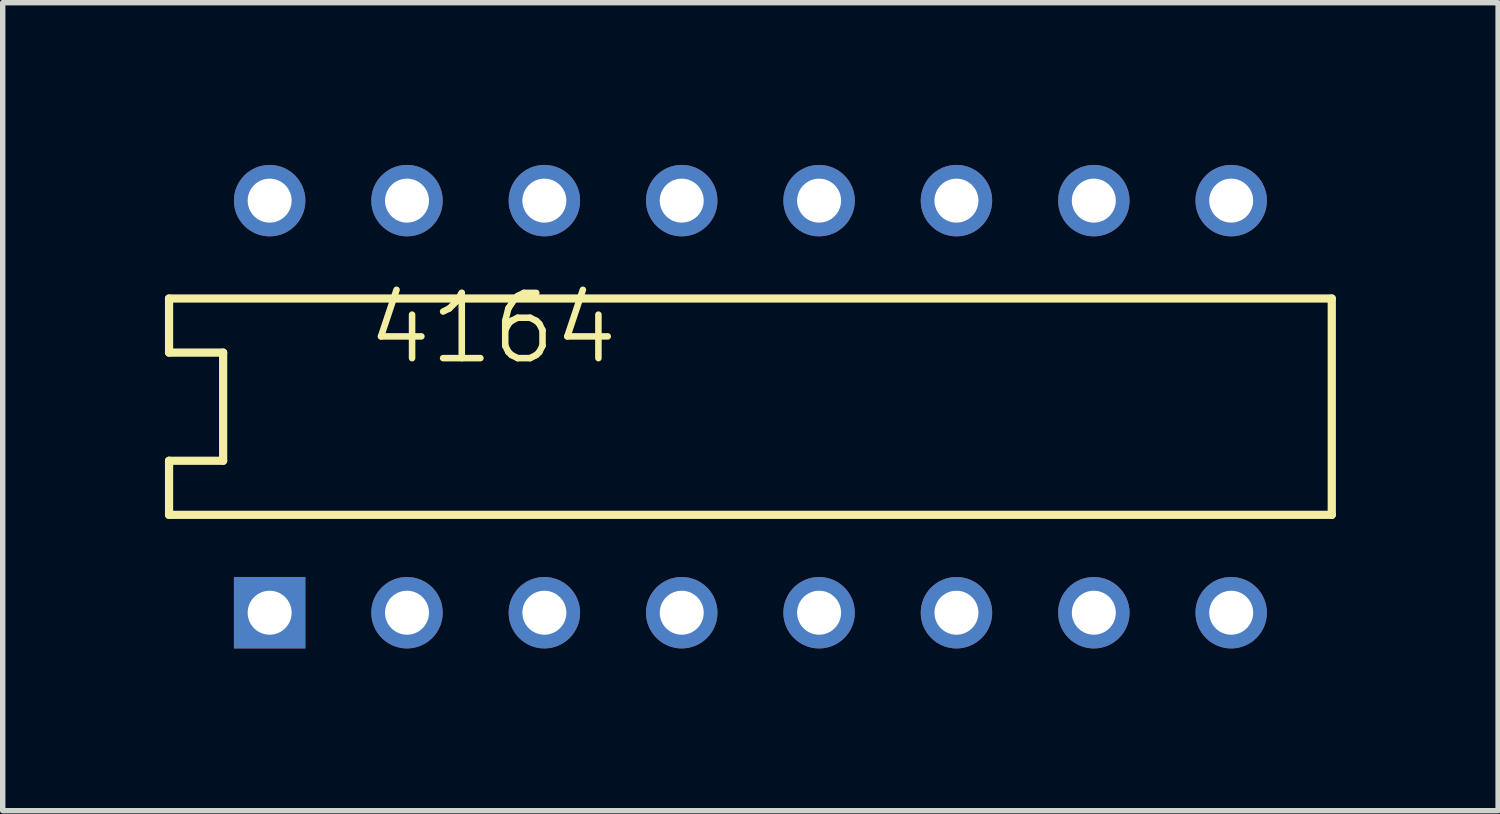
<source format=kicad_pcb>
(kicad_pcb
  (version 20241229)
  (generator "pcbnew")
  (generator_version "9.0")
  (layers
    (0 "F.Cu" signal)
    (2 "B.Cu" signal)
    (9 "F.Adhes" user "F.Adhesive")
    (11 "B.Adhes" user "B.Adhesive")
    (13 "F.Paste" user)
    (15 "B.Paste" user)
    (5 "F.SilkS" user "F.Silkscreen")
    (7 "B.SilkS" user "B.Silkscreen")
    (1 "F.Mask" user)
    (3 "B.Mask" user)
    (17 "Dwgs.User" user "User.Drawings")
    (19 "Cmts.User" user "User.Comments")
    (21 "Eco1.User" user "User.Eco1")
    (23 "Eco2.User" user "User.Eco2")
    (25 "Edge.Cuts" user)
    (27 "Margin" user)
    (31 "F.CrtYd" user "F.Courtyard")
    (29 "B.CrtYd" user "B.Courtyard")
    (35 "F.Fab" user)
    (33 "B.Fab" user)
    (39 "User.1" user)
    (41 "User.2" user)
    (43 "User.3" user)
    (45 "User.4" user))
  (footprint "4164"
    (layer "F.Cu")
    (at 1.936 8.28)
    (property "Reference" "4164" (at 1.75 -4.554 180) (layer "F.SilkS") (effects (font (size 1.206 1.206) (thickness 0.121)) (justify left bottom)))
    (attr through_hole)
    (fp_line (start -1.86 -5.81) (end -1.86 -4.81) (stroke (width 0.152) (type solid)) (layer "F.SilkS"))
    (fp_line (start -1.86 -4.81) (end -0.86 -4.81) (stroke (width 0.152) (type solid)) (layer "F.SilkS"))
    (fp_line (start -1.86 -2.81) (end -0.86 -2.81) (stroke (width 0.152) (type solid)) (layer "F.SilkS"))
    (fp_line (start -1.86 -1.81) (end -1.86 -2.81) (stroke (width 0.152) (type solid)) (layer "F.SilkS"))
    (fp_line (start -1.86 -1.81) (end 19.64 -1.81) (stroke (width 0.152) (type solid)) (layer "F.SilkS"))
    (fp_line (start -0.86 -2.81) (end -0.86 -4.81) (stroke (width 0.152) (type solid)) (layer "F.SilkS"))
    (fp_line (start 19.64 -5.81) (end -1.86 -5.81) (stroke (width 0.152) (type solid)) (layer "F.SilkS"))
    (fp_line (start 19.64 -5.81) (end 19.64 -1.81) (stroke (width 0.152) (type solid)) (layer "F.SilkS"))
    (pad "1" thru_hole rect (at 0 0 90) (size 1.321 1.321) (drill 0.813) (layers "*.Cu" "*.Mask"))
    (pad "2" thru_hole circle (at 2.54 0 90) (size 1.321 1.321) (drill 0.813) (layers "*.Cu" "*.Mask"))
    (pad "3" thru_hole circle (at 5.08 0 90) (size 1.321 1.321) (drill 0.813) (layers "*.Cu" "*.Mask"))
    (pad "4" thru_hole circle (at 7.62 0 90) (size 1.321 1.321) (drill 0.813) (layers "*.Cu" "*.Mask"))
    (pad "5" thru_hole circle (at 10.16 0 90) (size 1.321 1.321) (drill 0.813) (layers "*.Cu" "*.Mask"))
    (pad "6" thru_hole circle (at 12.7 0 90) (size 1.321 1.321) (drill 0.813) (layers "*.Cu" "*.Mask"))
    (pad "7" thru_hole circle (at 15.24 0 90) (size 1.321 1.321) (drill 0.813) (layers "*.Cu" "*.Mask"))
    (pad "8" thru_hole circle (at 17.78 0 90) (size 1.321 1.321) (drill 0.813) (layers "*.Cu" "*.Mask"))
    (pad "9" thru_hole circle (at 17.78 -7.62 90) (size 1.321 1.321) (drill 0.813) (layers "*.Cu" "*.Mask"))
    (pad "10" thru_hole circle (at 15.24 -7.62 90) (size 1.321 1.321) (drill 0.813) (layers "*.Cu" "*.Mask"))
    (pad "11" thru_hole circle (at 12.7 -7.62 90) (size 1.321 1.321) (drill 0.813) (layers "*.Cu" "*.Mask"))
    (pad "12" thru_hole circle (at 10.16 -7.62 90) (size 1.321 1.321) (drill 0.813) (layers "*.Cu" "*.Mask"))
    (pad "13" thru_hole circle (at 7.62 -7.62 90) (size 1.321 1.321) (drill 0.813) (layers "*.Cu" "*.Mask"))
    (pad "14" thru_hole circle (at 5.08 -7.62 90) (size 1.321 1.321) (drill 0.813) (layers "*.Cu" "*.Mask"))
    (pad "15" thru_hole circle (at 2.54 -7.62 90) (size 1.321 1.321) (drill 0.813) (layers "*.Cu" "*.Mask"))
    (pad "16" thru_hole circle (at 0 -7.62 90) (size 1.321 1.321) (drill 0.813) (layers "*.Cu" "*.Mask")))
  (gr_rect
    (start -3 -3)
    (end 24.652 11.941)
    (stroke (width 0.1) (type default))
    (fill no)
    (layer "Edge.Cuts")))
</source>
